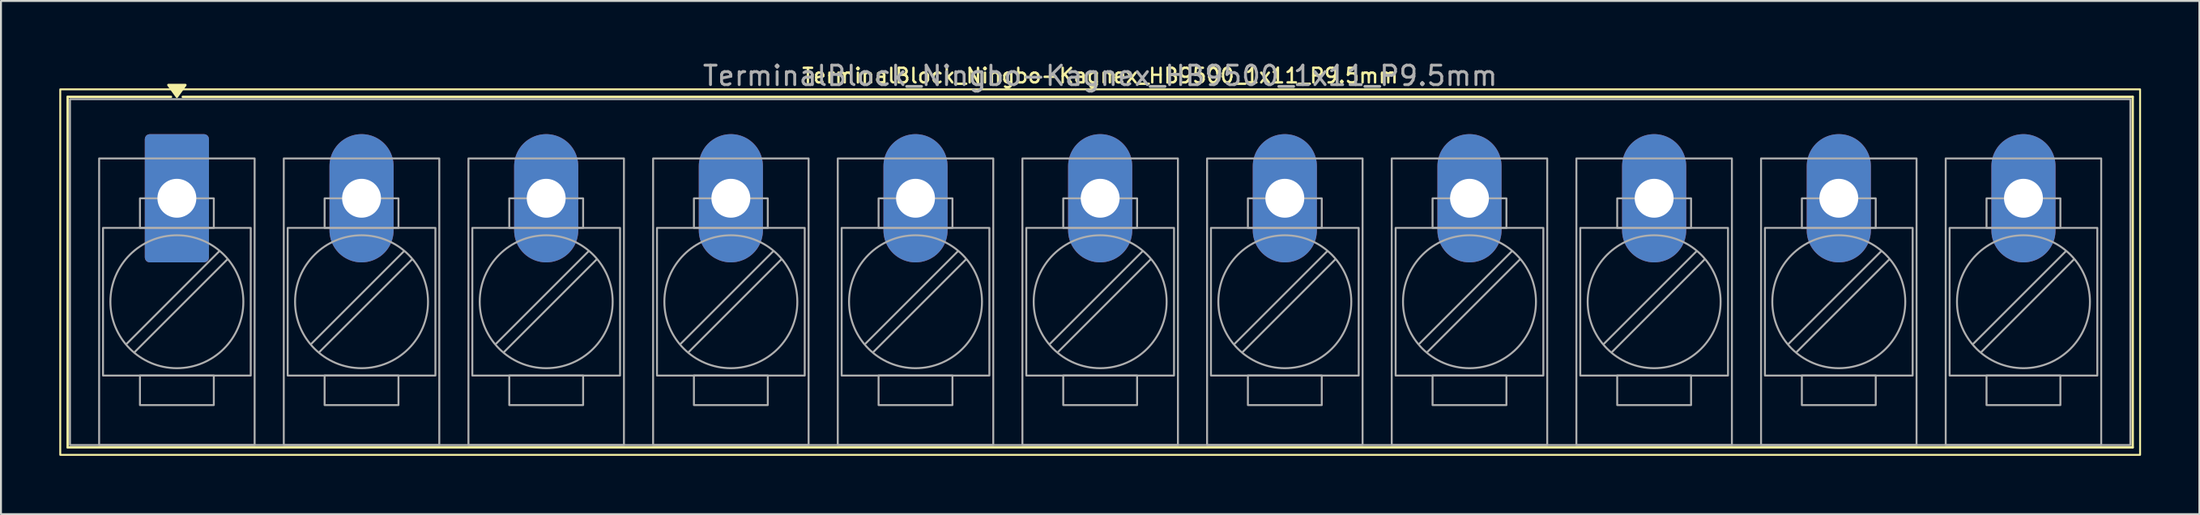
<source format=kicad_pcb>
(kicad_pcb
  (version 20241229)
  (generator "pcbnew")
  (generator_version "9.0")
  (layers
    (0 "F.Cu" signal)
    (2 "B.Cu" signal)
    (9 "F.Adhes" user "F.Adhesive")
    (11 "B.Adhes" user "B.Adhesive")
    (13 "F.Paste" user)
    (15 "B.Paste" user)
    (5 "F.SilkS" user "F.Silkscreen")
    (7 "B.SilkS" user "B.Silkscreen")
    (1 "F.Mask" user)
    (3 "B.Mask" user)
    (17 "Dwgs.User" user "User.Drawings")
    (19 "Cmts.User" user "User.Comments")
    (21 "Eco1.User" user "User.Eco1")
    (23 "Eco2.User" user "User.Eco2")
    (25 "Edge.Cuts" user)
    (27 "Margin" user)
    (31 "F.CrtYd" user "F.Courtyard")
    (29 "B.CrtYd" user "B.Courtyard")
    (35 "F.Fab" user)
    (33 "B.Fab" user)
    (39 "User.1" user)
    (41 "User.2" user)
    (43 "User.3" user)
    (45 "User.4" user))
  (footprint "TerminalBlock_Ningbo-Kagnex_HB9500_1x11_P9.5mm"
    (layer "F.Cu")
    (at 6.05 7.153)
    (property "Reference" "TerminalBlock_Ningbo-Kagnex_HB9500_1x11_P9.5mm" (at 47.5 -6.305 0) (layer "F.SilkS") (effects (font (size 0.75 0.75) (thickness 0.125))))
    (attr through_hole)
    (fp_line (start -5.62 -5.22) (end -0.3 -5.22) (stroke (width 0.12) (type solid)) (layer "F.SilkS"))
    (fp_line (start -5.62 12.82) (end -5.62 -5.22) (stroke (width 0.12) (type solid)) (layer "F.SilkS"))
    (fp_line (start 0.3 -5.22) (end 100.62 -5.22) (stroke (width 0.12) (type solid)) (layer "F.SilkS"))
    (fp_line (start 100.62 -5.22) (end 100.62 12.82) (stroke (width 0.12) (type solid)) (layer "F.SilkS"))
    (fp_line (start 100.62 12.82) (end -5.62 12.82) (stroke (width 0.12) (type solid)) (layer "F.SilkS"))
    (fp_rect (start -6 -5.605) (end 101 13.205) (stroke (width 0.1) (type solid)) (fill no) (layer "F.SilkS"))
    (fp_poly (pts (xy 0 -5.22) (xy -0.44 -5.83) (xy 0.44 -5.83)) (stroke (width 0.12) (type solid)) (fill yes) (layer "F.SilkS"))
    (fp_line (start 2.176 2.731) (end -2.594 7.501) (stroke (width 0.1) (type solid)) (layer "F.Fab"))
    (fp_line (start 2.594 3.149) (end -2.176 7.919) (stroke (width 0.1) (type solid)) (layer "F.Fab"))
    (fp_line (start 11.676 2.731) (end 6.906 7.501) (stroke (width 0.1) (type solid)) (layer "F.Fab"))
    (fp_line (start 12.094 3.149) (end 7.324 7.919) (stroke (width 0.1) (type solid)) (layer "F.Fab"))
    (fp_line (start 21.176 2.731) (end 16.406 7.501) (stroke (width 0.1) (type solid)) (layer "F.Fab"))
    (fp_line (start 21.594 3.149) (end 16.824 7.919) (stroke (width 0.1) (type solid)) (layer "F.Fab"))
    (fp_line (start 30.676 2.731) (end 25.906 7.501) (stroke (width 0.1) (type solid)) (layer "F.Fab"))
    (fp_line (start 31.094 3.149) (end 26.324 7.919) (stroke (width 0.1) (type solid)) (layer "F.Fab"))
    (fp_line (start 40.176 2.731) (end 35.406 7.501) (stroke (width 0.1) (type solid)) (layer "F.Fab"))
    (fp_line (start 40.594 3.149) (end 35.824 7.919) (stroke (width 0.1) (type solid)) (layer "F.Fab"))
    (fp_line (start 49.676 2.731) (end 44.906 7.501) (stroke (width 0.1) (type solid)) (layer "F.Fab"))
    (fp_line (start 50.094 3.149) (end 45.324 7.919) (stroke (width 0.1) (type solid)) (layer "F.Fab"))
    (fp_line (start 59.176 2.731) (end 54.406 7.501) (stroke (width 0.1) (type solid)) (layer "F.Fab"))
    (fp_line (start 59.594 3.149) (end 54.824 7.919) (stroke (width 0.1) (type solid)) (layer "F.Fab"))
    (fp_line (start 68.676 2.731) (end 63.906 7.501) (stroke (width 0.1) (type solid)) (layer "F.Fab"))
    (fp_line (start 69.094 3.149) (end 64.324 7.919) (stroke (width 0.1) (type solid)) (layer "F.Fab"))
    (fp_line (start 78.176 2.731) (end 73.406 7.501) (stroke (width 0.1) (type solid)) (layer "F.Fab"))
    (fp_line (start 78.594 3.149) (end 73.824 7.919) (stroke (width 0.1) (type solid)) (layer "F.Fab"))
    (fp_line (start 87.676 2.731) (end 82.906 7.501) (stroke (width 0.1) (type solid)) (layer "F.Fab"))
    (fp_line (start 88.094 3.149) (end 83.324 7.919) (stroke (width 0.1) (type solid)) (layer "F.Fab"))
    (fp_line (start 97.176 2.731) (end 92.406 7.501) (stroke (width 0.1) (type solid)) (layer "F.Fab"))
    (fp_line (start 97.594 3.149) (end 92.824 7.919) (stroke (width 0.1) (type solid)) (layer "F.Fab"))
    (fp_rect (start -5.5 -5.1) (end 100.5 12.7) (stroke (width 0.1) (type solid)) (fill no) (layer "F.Fab"))
    (fp_rect (start -4 -2.05) (end 4 12.7) (stroke (width 0.1) (type solid)) (fill no) (layer "F.Fab"))
    (fp_rect (start -3.8 1.525) (end 3.8 9.125) (stroke (width 0.1) (type solid)) (fill no) (layer "F.Fab"))
    (fp_rect (start -1.9 0.005) (end 1.9 1.525) (stroke (width 0.1) (type solid)) (fill no) (layer "F.Fab"))
    (fp_rect (start -1.9 9.125) (end 1.9 10.645) (stroke (width 0.1) (type solid)) (fill no) (layer "F.Fab"))
    (fp_rect (start 5.5 -2.05) (end 13.5 12.7) (stroke (width 0.1) (type solid)) (fill no) (layer "F.Fab"))
    (fp_rect (start 5.7 1.525) (end 13.3 9.125) (stroke (width 0.1) (type solid)) (fill no) (layer "F.Fab"))
    (fp_rect (start 7.6 0.005) (end 11.4 1.525) (stroke (width 0.1) (type solid)) (fill no) (layer "F.Fab"))
    (fp_rect (start 7.6 9.125) (end 11.4 10.645) (stroke (width 0.1) (type solid)) (fill no) (layer "F.Fab"))
    (fp_rect (start 15 -2.05) (end 23 12.7) (stroke (width 0.1) (type solid)) (fill no) (layer "F.Fab"))
    (fp_rect (start 15.2 1.525) (end 22.8 9.125) (stroke (width 0.1) (type solid)) (fill no) (layer "F.Fab"))
    (fp_rect (start 17.1 0.005) (end 20.9 1.525) (stroke (width 0.1) (type solid)) (fill no) (layer "F.Fab"))
    (fp_rect (start 17.1 9.125) (end 20.9 10.645) (stroke (width 0.1) (type solid)) (fill no) (layer "F.Fab"))
    (fp_rect (start 24.5 -2.05) (end 32.5 12.7) (stroke (width 0.1) (type solid)) (fill no) (layer "F.Fab"))
    (fp_rect (start 24.7 1.525) (end 32.3 9.125) (stroke (width 0.1) (type solid)) (fill no) (layer "F.Fab"))
    (fp_rect (start 26.6 0.005) (end 30.4 1.525) (stroke (width 0.1) (type solid)) (fill no) (layer "F.Fab"))
    (fp_rect (start 26.6 9.125) (end 30.4 10.645) (stroke (width 0.1) (type solid)) (fill no) (layer "F.Fab"))
    (fp_rect (start 34 -2.05) (end 42 12.7) (stroke (width 0.1) (type solid)) (fill no) (layer "F.Fab"))
    (fp_rect (start 34.2 1.525) (end 41.8 9.125) (stroke (width 0.1) (type solid)) (fill no) (layer "F.Fab"))
    (fp_rect (start 36.1 0.005) (end 39.9 1.525) (stroke (width 0.1) (type solid)) (fill no) (layer "F.Fab"))
    (fp_rect (start 36.1 9.125) (end 39.9 10.645) (stroke (width 0.1) (type solid)) (fill no) (layer "F.Fab"))
    (fp_rect (start 43.5 -2.05) (end 51.5 12.7) (stroke (width 0.1) (type solid)) (fill no) (layer "F.Fab"))
    (fp_rect (start 43.7 1.525) (end 51.3 9.125) (stroke (width 0.1) (type solid)) (fill no) (layer "F.Fab"))
    (fp_rect (start 45.6 0.005) (end 49.4 1.525) (stroke (width 0.1) (type solid)) (fill no) (layer "F.Fab"))
    (fp_rect (start 45.6 9.125) (end 49.4 10.645) (stroke (width 0.1) (type solid)) (fill no) (layer "F.Fab"))
    (fp_rect (start 53 -2.05) (end 61 12.7) (stroke (width 0.1) (type solid)) (fill no) (layer "F.Fab"))
    (fp_rect (start 53.2 1.525) (end 60.8 9.125) (stroke (width 0.1) (type solid)) (fill no) (layer "F.Fab"))
    (fp_rect (start 55.1 0.005) (end 58.9 1.525) (stroke (width 0.1) (type solid)) (fill no) (layer "F.Fab"))
    (fp_rect (start 55.1 9.125) (end 58.9 10.645) (stroke (width 0.1) (type solid)) (fill no) (layer "F.Fab"))
    (fp_rect (start 62.5 -2.05) (end 70.5 12.7) (stroke (width 0.1) (type solid)) (fill no) (layer "F.Fab"))
    (fp_rect (start 62.7 1.525) (end 70.3 9.125) (stroke (width 0.1) (type solid)) (fill no) (layer "F.Fab"))
    (fp_rect (start 64.6 0.005) (end 68.4 1.525) (stroke (width 0.1) (type solid)) (fill no) (layer "F.Fab"))
    (fp_rect (start 64.6 9.125) (end 68.4 10.645) (stroke (width 0.1) (type solid)) (fill no) (layer "F.Fab"))
    (fp_rect (start 72 -2.05) (end 80 12.7) (stroke (width 0.1) (type solid)) (fill no) (layer "F.Fab"))
    (fp_rect (start 72.2 1.525) (end 79.8 9.125) (stroke (width 0.1) (type solid)) (fill no) (layer "F.Fab"))
    (fp_rect (start 74.1 0.005) (end 77.9 1.525) (stroke (width 0.1) (type solid)) (fill no) (layer "F.Fab"))
    (fp_rect (start 74.1 9.125) (end 77.9 10.645) (stroke (width 0.1) (type solid)) (fill no) (layer "F.Fab"))
    (fp_rect (start 81.5 -2.05) (end 89.5 12.7) (stroke (width 0.1) (type solid)) (fill no) (layer "F.Fab"))
    (fp_rect (start 81.7 1.525) (end 89.3 9.125) (stroke (width 0.1) (type solid)) (fill no) (layer "F.Fab"))
    (fp_rect (start 83.6 0.005) (end 87.4 1.525) (stroke (width 0.1) (type solid)) (fill no) (layer "F.Fab"))
    (fp_rect (start 83.6 9.125) (end 87.4 10.645) (stroke (width 0.1) (type solid)) (fill no) (layer "F.Fab"))
    (fp_rect (start 91 -2.05) (end 99 12.7) (stroke (width 0.1) (type solid)) (fill no) (layer "F.Fab"))
    (fp_rect (start 91.2 1.525) (end 98.8 9.125) (stroke (width 0.1) (type solid)) (fill no) (layer "F.Fab"))
    (fp_rect (start 93.1 0.005) (end 96.9 1.525) (stroke (width 0.1) (type solid)) (fill no) (layer "F.Fab"))
    (fp_rect (start 93.1 9.125) (end 96.9 10.645) (stroke (width 0.1) (type solid)) (fill no) (layer "F.Fab"))
    (fp_circle (center 0 5.325) (end 3.42 5.325) (stroke (width 0.1) (type solid)) (fill no) (layer "F.Fab"))
    (fp_circle (center 9.5 5.325) (end 12.92 5.325) (stroke (width 0.1) (type solid)) (fill no) (layer "F.Fab"))
    (fp_circle (center 19 5.325) (end 22.42 5.325) (stroke (width 0.1) (type solid)) (fill no) (layer "F.Fab"))
    (fp_circle (center 28.5 5.325) (end 31.92 5.325) (stroke (width 0.1) (type solid)) (fill no) (layer "F.Fab"))
    (fp_circle (center 38 5.325) (end 41.42 5.325) (stroke (width 0.1) (type solid)) (fill no) (layer "F.Fab"))
    (fp_circle (center 47.5 5.325) (end 50.92 5.325) (stroke (width 0.1) (type solid)) (fill no) (layer "F.Fab"))
    (fp_circle (center 57 5.325) (end 60.42 5.325) (stroke (width 0.1) (type solid)) (fill no) (layer "F.Fab"))
    (fp_circle (center 66.5 5.325) (end 69.92 5.325) (stroke (width 0.1) (type solid)) (fill no) (layer "F.Fab"))
    (fp_circle (center 76 5.325) (end 79.42 5.325) (stroke (width 0.1) (type solid)) (fill no) (layer "F.Fab"))
    (fp_circle (center 85.5 5.325) (end 88.92 5.325) (stroke (width 0.1) (type solid)) (fill no) (layer "F.Fab"))
    (fp_circle (center 95 5.325) (end 98.42 5.325) (stroke (width 0.1) (type solid)) (fill no) (layer "F.Fab"))
    (fp_text user "${REFERENCE}" (at 47.5 -6.305 0) (layer "F.Fab") (effects (font (size 1 1) (thickness 0.15))))
    (pad "1" thru_hole roundrect (at 0 0) (size 3.3 6.6) (drill 2) (layers "*.Cu" "*.Mask") (roundrect_rratio 0.076))
    (pad "2" thru_hole oval (at 9.5 0) (size 3.3 6.6) (drill 2) (layers "*.Cu" "*.Mask"))
    (pad "3" thru_hole oval (at 19 0) (size 3.3 6.6) (drill 2) (layers "*.Cu" "*.Mask"))
    (pad "4" thru_hole oval (at 28.5 0) (size 3.3 6.6) (drill 2) (layers "*.Cu" "*.Mask"))
    (pad "5" thru_hole oval (at 38 0) (size 3.3 6.6) (drill 2) (layers "*.Cu" "*.Mask"))
    (pad "6" thru_hole oval (at 47.5 0) (size 3.3 6.6) (drill 2) (layers "*.Cu" "*.Mask"))
    (pad "7" thru_hole oval (at 57 0) (size 3.3 6.6) (drill 2) (layers "*.Cu" "*.Mask"))
    (pad "8" thru_hole oval (at 66.5 0) (size 3.3 6.6) (drill 2) (layers "*.Cu" "*.Mask"))
    (pad "9" thru_hole oval (at 76 0) (size 3.3 6.6) (drill 2) (layers "*.Cu" "*.Mask"))
    (pad "10" thru_hole oval (at 85.5 0) (size 3.3 6.6) (drill 2) (layers "*.Cu" "*.Mask"))
    (pad "11" thru_hole oval (at 95 0) (size 3.3 6.6) (drill 2) (layers "*.Cu" "*.Mask")))
  (gr_rect
    (start -3 -3)
    (end 110.1 23.408)
    (stroke (width 0.1) (type default))
    (fill no)
    (layer "Edge.Cuts")))
</source>
